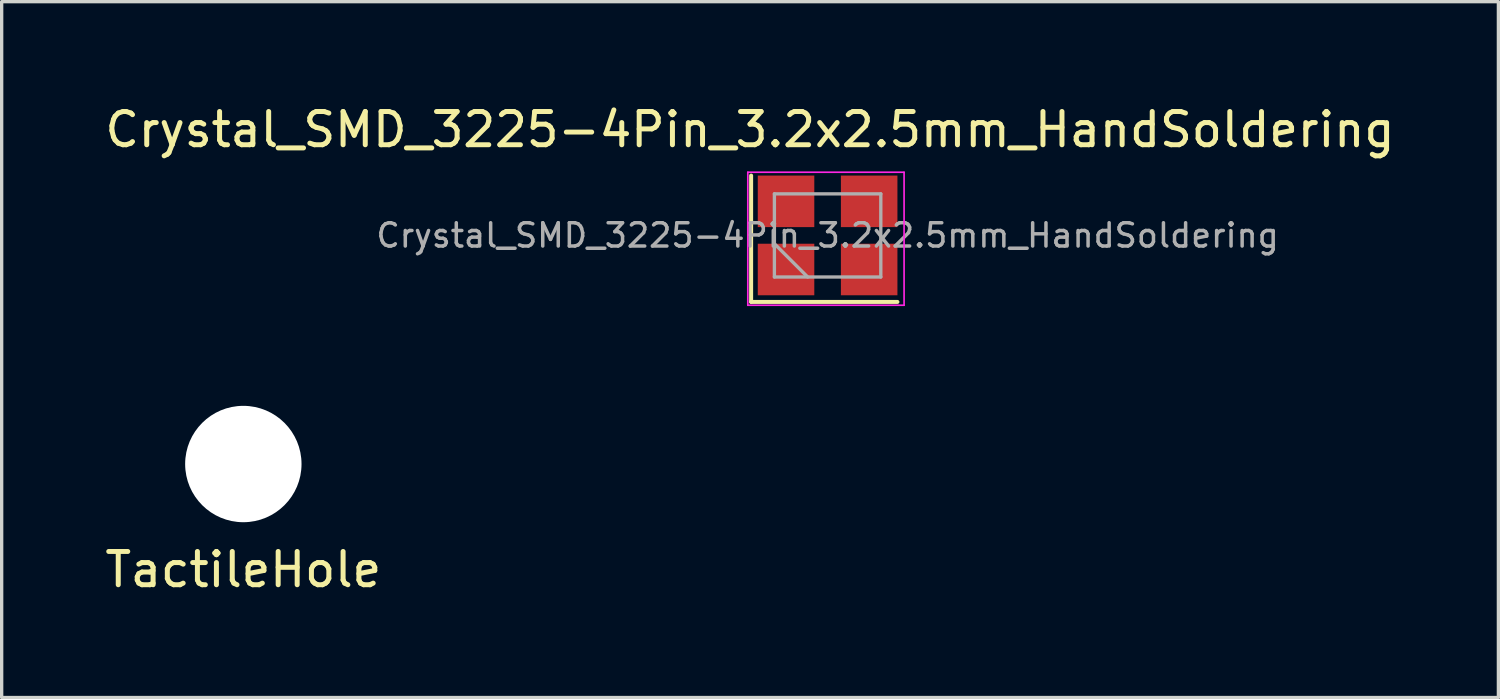
<source format=kicad_pcb>
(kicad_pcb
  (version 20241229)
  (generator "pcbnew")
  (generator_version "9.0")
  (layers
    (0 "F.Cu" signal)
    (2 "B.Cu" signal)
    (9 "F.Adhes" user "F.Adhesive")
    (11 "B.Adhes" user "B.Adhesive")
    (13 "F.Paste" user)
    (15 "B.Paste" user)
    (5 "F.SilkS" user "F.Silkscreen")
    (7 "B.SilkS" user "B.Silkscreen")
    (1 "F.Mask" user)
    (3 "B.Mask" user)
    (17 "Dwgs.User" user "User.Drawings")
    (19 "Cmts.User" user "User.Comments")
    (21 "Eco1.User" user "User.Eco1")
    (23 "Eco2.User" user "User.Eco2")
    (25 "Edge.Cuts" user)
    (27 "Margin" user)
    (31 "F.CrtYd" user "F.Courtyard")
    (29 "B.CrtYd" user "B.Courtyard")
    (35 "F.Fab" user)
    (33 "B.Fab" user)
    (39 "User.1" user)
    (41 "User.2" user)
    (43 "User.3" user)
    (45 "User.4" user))
  (footprint "TactileHole"
    (layer "F.Cu")
    (at 4.268 10.905)
    (property "Reference" "TactileHole" (at 0 3.175 0) (layer "F.SilkS") (effects (font (size 1 1) (thickness 0.15))))
    (attr through_hole)
    (pad "" np_thru_hole circle (at 0 0) (size 3.5 3.5) (drill 3.5) (layers "*.Cu" "*.Mask")))
  (footprint "Crystal_SMD_3225-4Pin_3.2x2.5mm_HandSoldering"
    (layer "F.Cu")
    (at 21.839 4.03)
    (property "Reference" "Crystal_SMD_3225-4Pin_3.2x2.5mm_HandSoldering" (at -2.333 -3.182 0) (layer "F.SilkS") (effects (font (size 1 1) (thickness 0.15))))
    (attr smd)
    (fp_line (start -2.3 -1.8) (end -2.3 2) (stroke (width 0.12) (type solid)) (layer "F.SilkS"))
    (fp_line (start -2.3 2) (end 2.1 2) (stroke (width 0.12) (type solid)) (layer "F.SilkS"))
    (fp_line (start -2.4 -1.9) (end -2.4 2.1) (stroke (width 0.05) (type solid)) (layer "F.CrtYd"))
    (fp_line (start -2.4 2.1) (end 2.3 2.1) (stroke (width 0.05) (type solid)) (layer "F.CrtYd"))
    (fp_line (start 2.3 -1.9) (end -2.4 -1.9) (stroke (width 0.05) (type solid)) (layer "F.CrtYd"))
    (fp_line (start 2.3 2.1) (end 2.3 -1.9) (stroke (width 0.05) (type solid)) (layer "F.CrtYd"))
    (fp_line (start -1.6 -1.25) (end -1.6 1.25) (stroke (width 0.1) (type solid)) (layer "F.Fab"))
    (fp_line (start -1.6 0.25) (end -0.6 1.25) (stroke (width 0.1) (type solid)) (layer "F.Fab"))
    (fp_line (start -1.6 1.25) (end 1.6 1.25) (stroke (width 0.1) (type solid)) (layer "F.Fab"))
    (fp_line (start 1.6 -1.25) (end -1.6 -1.25) (stroke (width 0.1) (type solid)) (layer "F.Fab"))
    (fp_line (start 1.6 1.25) (end 1.6 -1.25) (stroke (width 0.1) (type solid)) (layer "F.Fab"))
    (fp_text user "${REFERENCE}" (at 0 0 0) (layer "F.Fab") (effects (font (size 0.7 0.7) (thickness 0.105))))
    (pad "1" smd rect (at -1.25 1.025) (size 1.7 1.55) (layers "F.Cu" "F.Mask" "F.Paste"))
    (pad "2" smd rect (at 1.25 1.025) (size 1.7 1.55) (layers "F.Cu" "F.Mask" "F.Paste"))
    (pad "3" smd rect (at 1.25 -1.025) (size 1.7 1.55) (layers "F.Cu" "F.Mask" "F.Paste"))
    (pad "4" smd rect (at -1.25 -1.025) (size 1.7 1.55) (layers "F.Cu" "F.Mask" "F.Paste")))
  (gr_rect
    (start -3 -3)
    (end 42.012 17.928)
    (stroke (width 0.1) (type default))
    (fill no)
    (layer "Edge.Cuts")))
</source>
